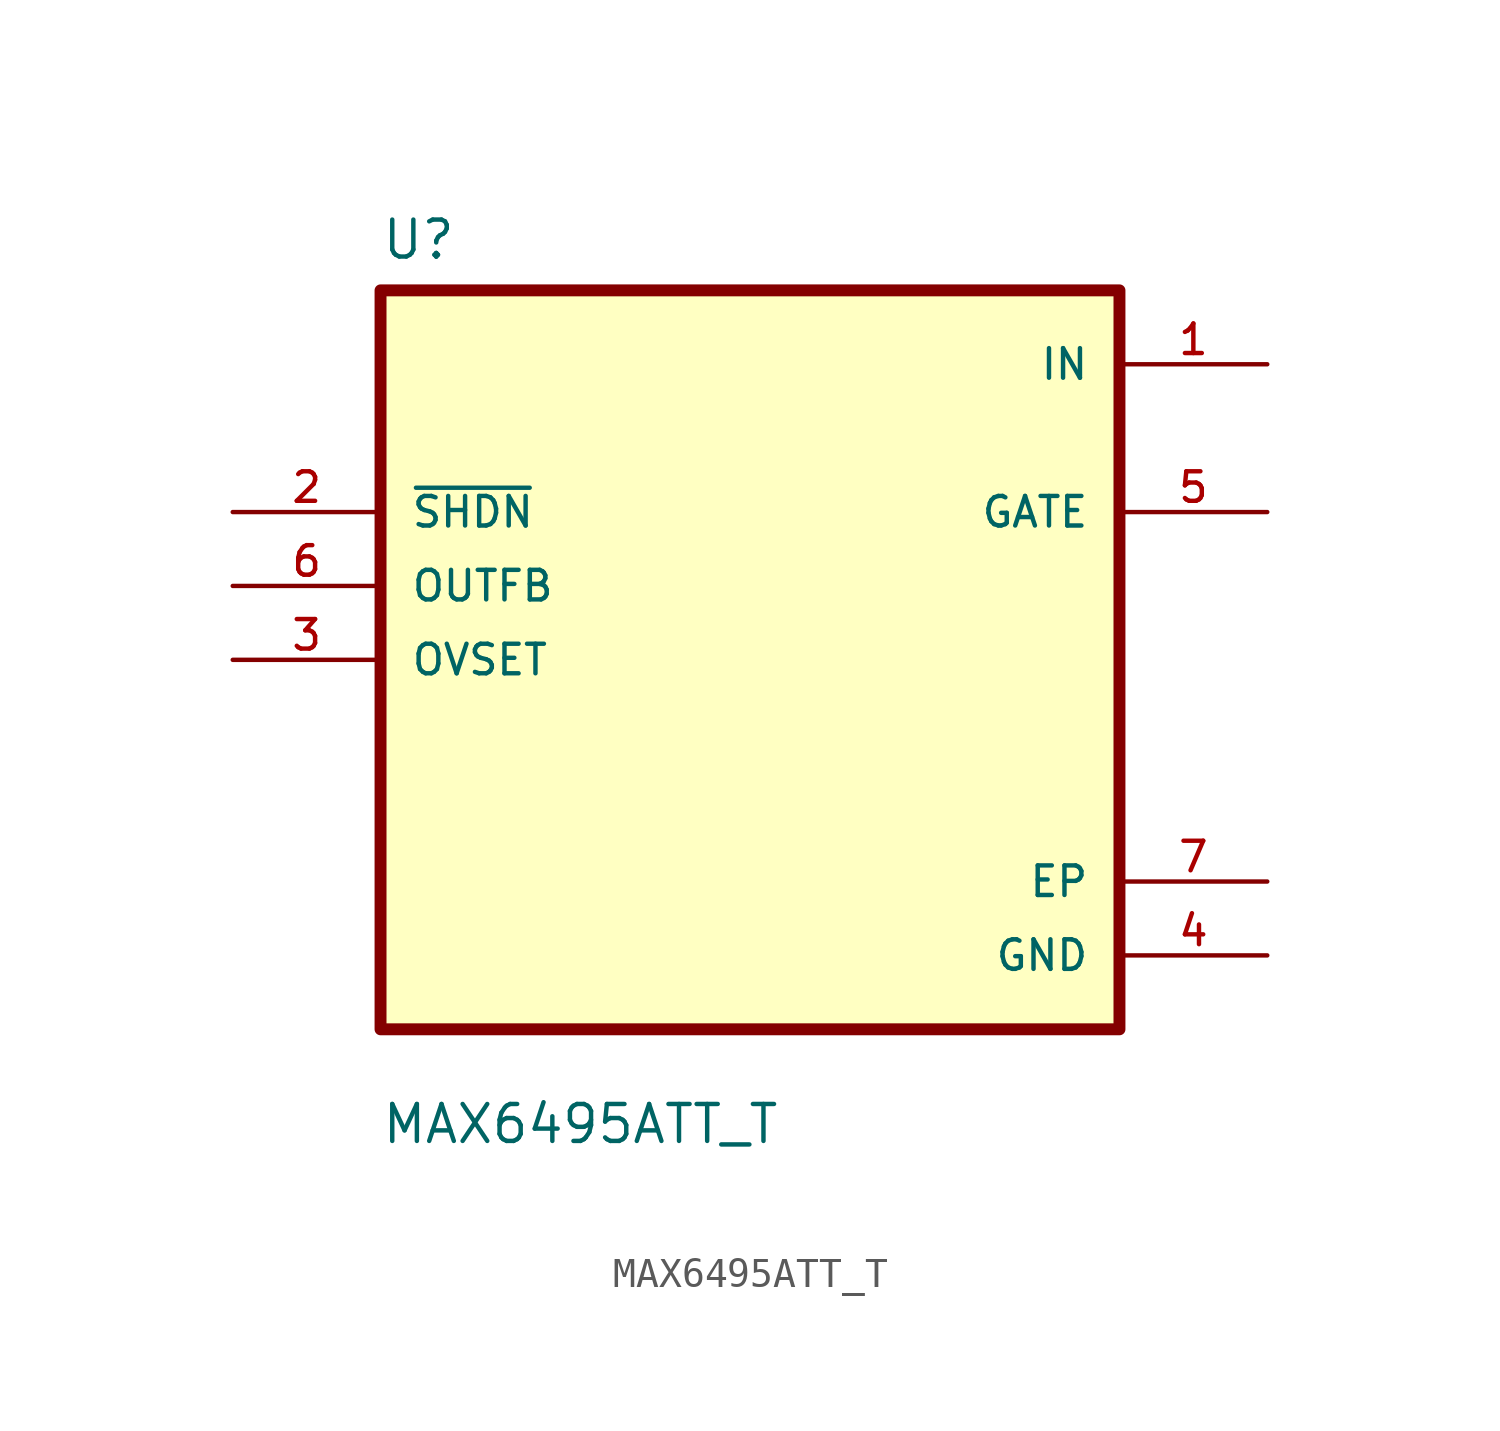
<source format=kicad_sym>
(kicad_symbol_lib
  (version 20211014)
  (generator kicad_symbol_editor)
  (symbol "MAX6495ATT_T"
    (pin_names
      (offset 1.016))
    (property "Reference" "U"
      (at -12.7 13.7 0.0)
      (effects (font (size 1.27 1.27)) (justify bottom left)))
    (property "Value" "MAX6495ATT_T"
      (at -12.7 -16.7 0.0)
      (effects (font (size 1.27 1.27)) (justify bottom left)))
    (symbol "MAX6495ATT_T_0_0"
      (rectangle (start -12.7 -12.7) (end 12.7 12.7) (stroke (width 0.41)) (fill (type background)))
      (pin input line (at -17.78 5.08 0) (length 5.08) (name "~{SHDN}" (effects (font (size 1.016 1.016)))) (number "2" (effects (font (size 1.016 1.016)))))
      (pin input line (at -17.78 2.54 0) (length 5.08) (name "OUTFB" (effects (font (size 1.016 1.016)))) (number "6" (effects (font (size 1.016 1.016)))))
      (pin input line (at -17.78 -8.88178e-16 0) (length 5.08) (name "OVSET" (effects (font (size 1.016 1.016)))) (number "3" (effects (font (size 1.016 1.016)))))
      (pin power_in line (at 17.78 10.16 180.0) (length 5.08) (name "IN" (effects (font (size 1.016 1.016)))) (number "1" (effects (font (size 1.016 1.016)))))
      (pin output line (at 17.78 5.08 180.0) (length 5.08) (name "GATE" (effects (font (size 1.016 1.016)))) (number "5" (effects (font (size 1.016 1.016)))))
      (pin power_in line (at 17.78 -7.62 180.0) (length 5.08) (name "EP" (effects (font (size 1.016 1.016)))) (number "7" (effects (font (size 1.016 1.016)))))
      (pin power_in line (at 17.78 -10.16 180.0) (length 5.08) (name "GND" (effects (font (size 1.016 1.016)))) (number "4" (effects (font (size 1.016 1.016))))))))
</source>
